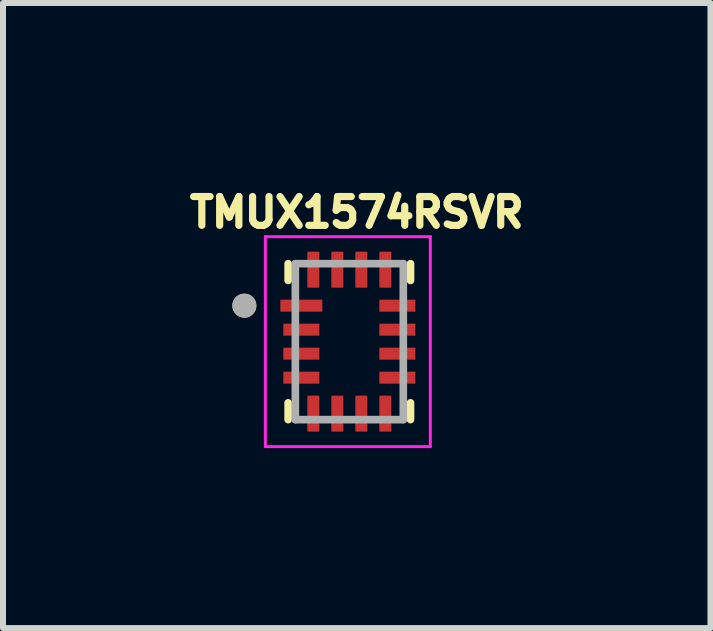
<source format=kicad_pcb>
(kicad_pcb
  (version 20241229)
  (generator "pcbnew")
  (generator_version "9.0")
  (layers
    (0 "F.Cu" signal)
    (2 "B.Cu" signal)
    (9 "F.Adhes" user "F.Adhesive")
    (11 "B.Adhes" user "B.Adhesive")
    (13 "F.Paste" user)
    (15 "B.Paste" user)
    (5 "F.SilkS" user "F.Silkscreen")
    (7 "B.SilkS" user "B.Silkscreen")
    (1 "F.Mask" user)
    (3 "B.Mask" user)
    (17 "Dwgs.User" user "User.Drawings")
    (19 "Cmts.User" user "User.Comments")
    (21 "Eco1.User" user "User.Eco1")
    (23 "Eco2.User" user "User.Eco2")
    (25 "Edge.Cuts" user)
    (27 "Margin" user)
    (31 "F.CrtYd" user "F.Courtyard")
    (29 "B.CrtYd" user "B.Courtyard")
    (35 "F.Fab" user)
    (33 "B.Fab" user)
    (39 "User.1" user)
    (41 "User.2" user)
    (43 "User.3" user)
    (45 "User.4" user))
  (footprint "TMUX1574RSVR"
    (layer "F.Cu")
    (at 2.774 2.646)
    (property "Reference" "TMUX1574RSVR" (at 0.124 -2.155 0) (layer "F.SilkS") (effects (font (size 0.48 0.48) (thickness 0.15))))
    (attr through_hole)
    (fp_line (start -1.02 -1.3) (end -1.02 -1.02) (stroke (width 0.127) (type solid)) (layer "F.SilkS"))
    (fp_line (start -1.02 1.02) (end -1.02 1.3) (stroke (width 0.127) (type solid)) (layer "F.SilkS"))
    (fp_line (start 1.02 -1.3) (end 1.02 -1.02) (stroke (width 0.127) (type solid)) (layer "F.SilkS"))
    (fp_line (start 1.02 1.02) (end 1.02 1.3) (stroke (width 0.127) (type solid)) (layer "F.SilkS"))
    (fp_circle (center -1.75 -0.6) (end -1.65 -0.6) (stroke (width 0.2) (type solid)) (fill no) (layer "F.SilkS"))
    (fp_line (start -1.4 -1.75) (end -1.4 1.75) (stroke (width 0.05) (type solid)) (layer "F.CrtYd"))
    (fp_line (start -1.4 1.75) (end 1.35 1.75) (stroke (width 0.05) (type solid)) (layer "F.CrtYd"))
    (fp_line (start 1.35 -1.75) (end -1.4 -1.75) (stroke (width 0.05) (type solid)) (layer "F.CrtYd"))
    (fp_line (start 1.35 1.75) (end 1.35 -1.75) (stroke (width 0.05) (type solid)) (layer "F.CrtYd"))
    (fp_line (start -0.9 1.3) (end -0.9 -1.3) (stroke (width 0.127) (type solid)) (layer "F.Fab"))
    (fp_line (start 0.9 -1.3) (end -0.9 -1.3) (stroke (width 0.127) (type solid)) (layer "F.Fab"))
    (fp_line (start 0.9 1.3) (end -0.9 1.3) (stroke (width 0.127) (type solid)) (layer "F.Fab"))
    (fp_line (start 0.9 1.3) (end 0.9 -1.3) (stroke (width 0.127) (type solid)) (layer "F.Fab"))
    (fp_circle (center -1.75 -0.6) (end -1.65 -0.6) (stroke (width 0.2) (type solid)) (fill no) (layer "F.Fab"))
    (pad "1" smd roundrect (at -0.8 -0.6) (size 0.7 0.2) (layers "F.Cu" "F.Mask" "F.Paste") (roundrect_rratio 0.03))
    (pad "2" smd roundrect (at -0.8 -0.2) (size 0.6 0.2) (layers "F.Cu" "F.Mask" "F.Paste") (roundrect_rratio 0.03))
    (pad "3" smd roundrect (at -0.8 0.2) (size 0.6 0.2) (layers "F.Cu" "F.Mask" "F.Paste") (roundrect_rratio 0.03))
    (pad "4" smd roundrect (at -0.8 0.6) (size 0.6 0.2) (layers "F.Cu" "F.Mask" "F.Paste") (roundrect_rratio 0.03))
    (pad "5" smd roundrect (at -0.6 1.2) (size 0.2 0.6) (layers "F.Cu" "F.Mask" "F.Paste") (roundrect_rratio 0.07))
    (pad "6" smd roundrect (at -0.2 1.2) (size 0.2 0.6) (layers "F.Cu" "F.Mask" "F.Paste") (roundrect_rratio 0.07))
    (pad "7" smd roundrect (at 0.2 1.2) (size 0.2 0.6) (layers "F.Cu" "F.Mask" "F.Paste") (roundrect_rratio 0.07))
    (pad "8" smd roundrect (at 0.6 1.2) (size 0.2 0.6) (layers "F.Cu" "F.Mask" "F.Paste") (roundrect_rratio 0.07))
    (pad "9" smd roundrect (at 0.8 0.6) (size 0.6 0.2) (layers "F.Cu" "F.Mask" "F.Paste") (roundrect_rratio 0.03))
    (pad "10" smd roundrect (at 0.8 0.2) (size 0.6 0.2) (layers "F.Cu" "F.Mask" "F.Paste") (roundrect_rratio 0.03))
    (pad "11" smd roundrect (at 0.8 -0.2) (size 0.6 0.2) (layers "F.Cu" "F.Mask" "F.Paste") (roundrect_rratio 0.03))
    (pad "12" smd roundrect (at 0.8 -0.6) (size 0.6 0.2) (layers "F.Cu" "F.Mask" "F.Paste") (roundrect_rratio 0.03))
    (pad "13" smd roundrect (at 0.6 -1.2) (size 0.2 0.6) (layers "F.Cu" "F.Mask" "F.Paste") (roundrect_rratio 0.07))
    (pad "14" smd roundrect (at 0.2 -1.2) (size 0.2 0.6) (layers "F.Cu" "F.Mask" "F.Paste") (roundrect_rratio 0.07))
    (pad "15" smd roundrect (at -0.2 -1.2) (size 0.2 0.6) (layers "F.Cu" "F.Mask" "F.Paste") (roundrect_rratio 0.07))
    (pad "16" smd roundrect (at -0.6 -1.2) (size 0.2 0.6) (layers "F.Cu" "F.Mask" "F.Paste") (roundrect_rratio 0.07)))
  (gr_rect
    (start -3 -3)
    (end 8.795 7.421)
    (stroke (width 0.1) (type default))
    (fill no)
    (layer "Edge.Cuts")))
</source>
